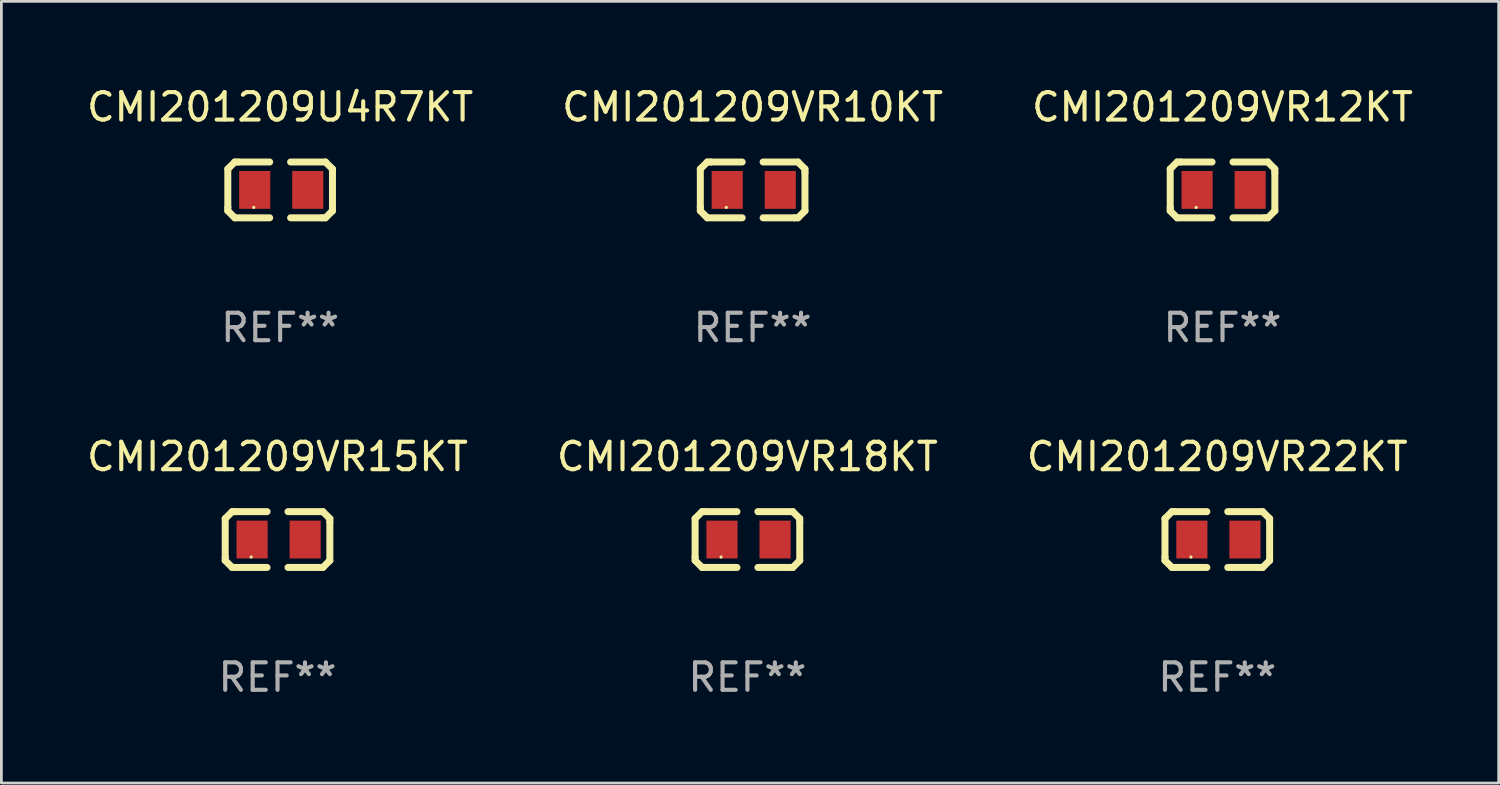
<source format=kicad_pcb>
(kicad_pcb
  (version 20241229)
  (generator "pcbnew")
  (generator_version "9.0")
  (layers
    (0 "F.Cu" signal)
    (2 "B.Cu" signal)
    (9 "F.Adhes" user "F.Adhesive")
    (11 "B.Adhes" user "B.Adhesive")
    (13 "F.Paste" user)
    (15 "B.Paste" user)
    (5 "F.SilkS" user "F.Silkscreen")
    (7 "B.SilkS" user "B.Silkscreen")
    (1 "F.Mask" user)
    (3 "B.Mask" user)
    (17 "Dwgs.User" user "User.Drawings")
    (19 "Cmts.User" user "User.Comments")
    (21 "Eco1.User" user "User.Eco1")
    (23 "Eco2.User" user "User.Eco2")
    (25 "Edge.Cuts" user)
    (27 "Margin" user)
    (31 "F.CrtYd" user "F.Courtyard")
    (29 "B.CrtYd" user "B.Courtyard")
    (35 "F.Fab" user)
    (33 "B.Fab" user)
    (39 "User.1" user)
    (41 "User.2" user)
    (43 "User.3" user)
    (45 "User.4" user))
  (footprint "CMI201209VR18KT"
    (layer "F.Cu")
    (at 24.161 16.593)
    (property "Reference" "CMI201209VR18KT" (at 0 -3.016 0) (layer "F.SilkS") (effects (font (size 1 1) (thickness 0.15))))
    (attr through_hole)
    (fp_line (start -1.905 -0.762) (end -1.905 0.635) (stroke (width 0.254) (type solid)) (layer "F.SilkS"))
    (fp_line (start -1.905 0.635) (end -1.905 0.762) (stroke (width 0.254) (type solid)) (layer "F.SilkS"))
    (fp_line (start -1.905 0.762) (end -1.651 1.016) (stroke (width 0.254) (type solid)) (layer "F.SilkS"))
    (fp_line (start -1.651 -1.016) (end -1.905 -0.762) (stroke (width 0.254) (type solid)) (layer "F.SilkS"))
    (fp_line (start -1.651 1.016) (end -0.381 1.016) (stroke (width 0.254) (type solid)) (layer "F.SilkS"))
    (fp_line (start -1.524 -1.016) (end -1.651 -1.016) (stroke (width 0.254) (type solid)) (layer "F.SilkS"))
    (fp_line (start -0.381 -1.016) (end -1.524 -1.016) (stroke (width 0.254) (type solid)) (layer "F.SilkS"))
    (fp_line (start 0.381 1.016) (end 1.524 1.016) (stroke (width 0.254) (type solid)) (layer "F.SilkS"))
    (fp_line (start 1.524 1.016) (end 1.651 1.016) (stroke (width 0.254) (type solid)) (layer "F.SilkS"))
    (fp_line (start 1.651 -1.016) (end 0.381 -1.016) (stroke (width 0.254) (type solid)) (layer "F.SilkS"))
    (fp_line (start 1.651 1.016) (end 1.905 0.762) (stroke (width 0.254) (type solid)) (layer "F.SilkS"))
    (fp_line (start 1.905 -0.762) (end 1.651 -1.016) (stroke (width 0.254) (type solid)) (layer "F.SilkS"))
    (fp_line (start 1.905 -0.635) (end 1.905 -0.762) (stroke (width 0.254) (type solid)) (layer "F.SilkS"))
    (fp_line (start 1.905 0.762) (end 1.905 -0.635) (stroke (width 0.254) (type solid)) (layer "F.SilkS"))
    (fp_circle (center -0.96 0.637) (end -0.93 0.637) (stroke (width 0.06) (type solid)) (fill no) (layer "F.SilkS"))
    (fp_text user "REF**" (at 0 5.016 0) (layer "F.Fab") (effects (font (size 1 1) (thickness 0.15))))
    (pad "1" smd rect (at -0.926 -0.000051) (size 1.133 1.377) (layers "F.Cu" "F.Mask" "F.Paste"))
    (pad "2" smd rect (at 1.006 -0.000051) (size 1.133 1.377) (layers "F.Cu" "F.Mask" "F.Paste")))
  (footprint "CMI201209VR15KT"
    (layer "F.Cu")
    (at 7.054 16.593)
    (property "Reference" "CMI201209VR15KT" (at 0 -3.016 0) (layer "F.SilkS") (effects (font (size 1 1) (thickness 0.15))))
    (attr through_hole)
    (fp_line (start -1.905 -0.762) (end -1.905 0.635) (stroke (width 0.254) (type solid)) (layer "F.SilkS"))
    (fp_line (start -1.905 0.635) (end -1.905 0.762) (stroke (width 0.254) (type solid)) (layer "F.SilkS"))
    (fp_line (start -1.905 0.762) (end -1.651 1.016) (stroke (width 0.254) (type solid)) (layer "F.SilkS"))
    (fp_line (start -1.651 -1.016) (end -1.905 -0.762) (stroke (width 0.254) (type solid)) (layer "F.SilkS"))
    (fp_line (start -1.651 1.016) (end -0.381 1.016) (stroke (width 0.254) (type solid)) (layer "F.SilkS"))
    (fp_line (start -1.524 -1.016) (end -1.651 -1.016) (stroke (width 0.254) (type solid)) (layer "F.SilkS"))
    (fp_line (start -0.381 -1.016) (end -1.524 -1.016) (stroke (width 0.254) (type solid)) (layer "F.SilkS"))
    (fp_line (start 0.381 1.016) (end 1.524 1.016) (stroke (width 0.254) (type solid)) (layer "F.SilkS"))
    (fp_line (start 1.524 1.016) (end 1.651 1.016) (stroke (width 0.254) (type solid)) (layer "F.SilkS"))
    (fp_line (start 1.651 -1.016) (end 0.381 -1.016) (stroke (width 0.254) (type solid)) (layer "F.SilkS"))
    (fp_line (start 1.651 1.016) (end 1.905 0.762) (stroke (width 0.254) (type solid)) (layer "F.SilkS"))
    (fp_line (start 1.905 -0.762) (end 1.651 -1.016) (stroke (width 0.254) (type solid)) (layer "F.SilkS"))
    (fp_line (start 1.905 -0.635) (end 1.905 -0.762) (stroke (width 0.254) (type solid)) (layer "F.SilkS"))
    (fp_line (start 1.905 0.762) (end 1.905 -0.635) (stroke (width 0.254) (type solid)) (layer "F.SilkS"))
    (fp_circle (center -0.96 0.637) (end -0.93 0.637) (stroke (width 0.06) (type solid)) (fill no) (layer "F.SilkS"))
    (fp_text user "REF**" (at 0 5.016 0) (layer "F.Fab") (effects (font (size 1 1) (thickness 0.15))))
    (pad "1" smd rect (at -0.926 -0.000051) (size 1.133 1.377) (layers "F.Cu" "F.Mask" "F.Paste"))
    (pad "2" smd rect (at 1.006 -0.000051) (size 1.133 1.377) (layers "F.Cu" "F.Mask" "F.Paste")))
  (footprint "CMI201209VR22KT"
    (layer "F.Cu")
    (at 41.268 16.593)
    (property "Reference" "CMI201209VR22KT" (at 0 -3.016 0) (layer "F.SilkS") (effects (font (size 1 1) (thickness 0.15))))
    (attr through_hole)
    (fp_line (start -1.905 -0.762) (end -1.905 0.635) (stroke (width 0.254) (type solid)) (layer "F.SilkS"))
    (fp_line (start -1.905 0.635) (end -1.905 0.762) (stroke (width 0.254) (type solid)) (layer "F.SilkS"))
    (fp_line (start -1.905 0.762) (end -1.651 1.016) (stroke (width 0.254) (type solid)) (layer "F.SilkS"))
    (fp_line (start -1.651 -1.016) (end -1.905 -0.762) (stroke (width 0.254) (type solid)) (layer "F.SilkS"))
    (fp_line (start -1.651 1.016) (end -0.381 1.016) (stroke (width 0.254) (type solid)) (layer "F.SilkS"))
    (fp_line (start -1.524 -1.016) (end -1.651 -1.016) (stroke (width 0.254) (type solid)) (layer "F.SilkS"))
    (fp_line (start -0.381 -1.016) (end -1.524 -1.016) (stroke (width 0.254) (type solid)) (layer "F.SilkS"))
    (fp_line (start 0.381 1.016) (end 1.524 1.016) (stroke (width 0.254) (type solid)) (layer "F.SilkS"))
    (fp_line (start 1.524 1.016) (end 1.651 1.016) (stroke (width 0.254) (type solid)) (layer "F.SilkS"))
    (fp_line (start 1.651 -1.016) (end 0.381 -1.016) (stroke (width 0.254) (type solid)) (layer "F.SilkS"))
    (fp_line (start 1.651 1.016) (end 1.905 0.762) (stroke (width 0.254) (type solid)) (layer "F.SilkS"))
    (fp_line (start 1.905 -0.762) (end 1.651 -1.016) (stroke (width 0.254) (type solid)) (layer "F.SilkS"))
    (fp_line (start 1.905 -0.635) (end 1.905 -0.762) (stroke (width 0.254) (type solid)) (layer "F.SilkS"))
    (fp_line (start 1.905 0.762) (end 1.905 -0.635) (stroke (width 0.254) (type solid)) (layer "F.SilkS"))
    (fp_circle (center -0.96 0.637) (end -0.93 0.637) (stroke (width 0.06) (type solid)) (fill no) (layer "F.SilkS"))
    (fp_text user "REF**" (at 0 5.016 0) (layer "F.Fab") (effects (font (size 1 1) (thickness 0.15))))
    (pad "1" smd rect (at -0.926 -0.000051) (size 1.133 1.377) (layers "F.Cu" "F.Mask" "F.Paste"))
    (pad "2" smd rect (at 1.006 -0.000051) (size 1.133 1.377) (layers "F.Cu" "F.Mask" "F.Paste")))
  (footprint "CMI201209VR10KT"
    (layer "F.Cu")
    (at 24.351 3.864)
    (property "Reference" "CMI201209VR10KT" (at 0 -3.016 0) (layer "F.SilkS") (effects (font (size 1 1) (thickness 0.15))))
    (attr through_hole)
    (fp_line (start -1.905 -0.762) (end -1.905 0.635) (stroke (width 0.254) (type solid)) (layer "F.SilkS"))
    (fp_line (start -1.905 0.635) (end -1.905 0.762) (stroke (width 0.254) (type solid)) (layer "F.SilkS"))
    (fp_line (start -1.905 0.762) (end -1.651 1.016) (stroke (width 0.254) (type solid)) (layer "F.SilkS"))
    (fp_line (start -1.651 -1.016) (end -1.905 -0.762) (stroke (width 0.254) (type solid)) (layer "F.SilkS"))
    (fp_line (start -1.651 1.016) (end -0.381 1.016) (stroke (width 0.254) (type solid)) (layer "F.SilkS"))
    (fp_line (start -1.524 -1.016) (end -1.651 -1.016) (stroke (width 0.254) (type solid)) (layer "F.SilkS"))
    (fp_line (start -0.381 -1.016) (end -1.524 -1.016) (stroke (width 0.254) (type solid)) (layer "F.SilkS"))
    (fp_line (start 0.381 1.016) (end 1.524 1.016) (stroke (width 0.254) (type solid)) (layer "F.SilkS"))
    (fp_line (start 1.524 1.016) (end 1.651 1.016) (stroke (width 0.254) (type solid)) (layer "F.SilkS"))
    (fp_line (start 1.651 -1.016) (end 0.381 -1.016) (stroke (width 0.254) (type solid)) (layer "F.SilkS"))
    (fp_line (start 1.651 1.016) (end 1.905 0.762) (stroke (width 0.254) (type solid)) (layer "F.SilkS"))
    (fp_line (start 1.905 -0.762) (end 1.651 -1.016) (stroke (width 0.254) (type solid)) (layer "F.SilkS"))
    (fp_line (start 1.905 -0.635) (end 1.905 -0.762) (stroke (width 0.254) (type solid)) (layer "F.SilkS"))
    (fp_line (start 1.905 0.762) (end 1.905 -0.635) (stroke (width 0.254) (type solid)) (layer "F.SilkS"))
    (fp_circle (center -0.96 0.637) (end -0.93 0.637) (stroke (width 0.06) (type solid)) (fill no) (layer "F.SilkS"))
    (fp_text user "REF**" (at 0 5.016 0) (layer "F.Fab") (effects (font (size 1 1) (thickness 0.15))))
    (pad "1" smd rect (at -0.926 -0.000051) (size 1.133 1.377) (layers "F.Cu" "F.Mask" "F.Paste"))
    (pad "2" smd rect (at 1.006 -0.000051) (size 1.133 1.377) (layers "F.Cu" "F.Mask" "F.Paste")))
  (footprint "CMI201209U4R7KT"
    (layer "F.Cu")
    (at 7.149 3.864)
    (property "Reference" "CMI201209U4R7KT" (at 0 -3.016 0) (layer "F.SilkS") (effects (font (size 1 1) (thickness 0.15))))
    (attr through_hole)
    (fp_line (start -1.905 -0.762) (end -1.905 0.635) (stroke (width 0.254) (type solid)) (layer "F.SilkS"))
    (fp_line (start -1.905 0.635) (end -1.905 0.762) (stroke (width 0.254) (type solid)) (layer "F.SilkS"))
    (fp_line (start -1.905 0.762) (end -1.651 1.016) (stroke (width 0.254) (type solid)) (layer "F.SilkS"))
    (fp_line (start -1.651 -1.016) (end -1.905 -0.762) (stroke (width 0.254) (type solid)) (layer "F.SilkS"))
    (fp_line (start -1.651 1.016) (end -0.381 1.016) (stroke (width 0.254) (type solid)) (layer "F.SilkS"))
    (fp_line (start -1.524 -1.016) (end -1.651 -1.016) (stroke (width 0.254) (type solid)) (layer "F.SilkS"))
    (fp_line (start -0.381 -1.016) (end -1.524 -1.016) (stroke (width 0.254) (type solid)) (layer "F.SilkS"))
    (fp_line (start 0.381 1.016) (end 1.524 1.016) (stroke (width 0.254) (type solid)) (layer "F.SilkS"))
    (fp_line (start 1.524 1.016) (end 1.651 1.016) (stroke (width 0.254) (type solid)) (layer "F.SilkS"))
    (fp_line (start 1.651 -1.016) (end 0.381 -1.016) (stroke (width 0.254) (type solid)) (layer "F.SilkS"))
    (fp_line (start 1.651 1.016) (end 1.905 0.762) (stroke (width 0.254) (type solid)) (layer "F.SilkS"))
    (fp_line (start 1.905 -0.762) (end 1.651 -1.016) (stroke (width 0.254) (type solid)) (layer "F.SilkS"))
    (fp_line (start 1.905 -0.635) (end 1.905 -0.762) (stroke (width 0.254) (type solid)) (layer "F.SilkS"))
    (fp_line (start 1.905 0.762) (end 1.905 -0.635) (stroke (width 0.254) (type solid)) (layer "F.SilkS"))
    (fp_circle (center -0.96 0.637) (end -0.93 0.637) (stroke (width 0.06) (type solid)) (fill no) (layer "F.SilkS"))
    (fp_text user "REF**" (at 0 5.016 0) (layer "F.Fab") (effects (font (size 1 1) (thickness 0.15))))
    (pad "1" smd rect (at -0.926 -0.000051) (size 1.133 1.377) (layers "F.Cu" "F.Mask" "F.Paste"))
    (pad "2" smd rect (at 1.006 -0.000051) (size 1.133 1.377) (layers "F.Cu" "F.Mask" "F.Paste")))
  (footprint "CMI201209VR12KT"
    (layer "F.Cu")
    (at 41.458 3.864)
    (property "Reference" "CMI201209VR12KT" (at 0 -3.016 0) (layer "F.SilkS") (effects (font (size 1 1) (thickness 0.15))))
    (attr through_hole)
    (fp_line (start -1.905 -0.762) (end -1.905 0.635) (stroke (width 0.254) (type solid)) (layer "F.SilkS"))
    (fp_line (start -1.905 0.635) (end -1.905 0.762) (stroke (width 0.254) (type solid)) (layer "F.SilkS"))
    (fp_line (start -1.905 0.762) (end -1.651 1.016) (stroke (width 0.254) (type solid)) (layer "F.SilkS"))
    (fp_line (start -1.651 -1.016) (end -1.905 -0.762) (stroke (width 0.254) (type solid)) (layer "F.SilkS"))
    (fp_line (start -1.651 1.016) (end -0.381 1.016) (stroke (width 0.254) (type solid)) (layer "F.SilkS"))
    (fp_line (start -1.524 -1.016) (end -1.651 -1.016) (stroke (width 0.254) (type solid)) (layer "F.SilkS"))
    (fp_line (start -0.381 -1.016) (end -1.524 -1.016) (stroke (width 0.254) (type solid)) (layer "F.SilkS"))
    (fp_line (start 0.381 1.016) (end 1.524 1.016) (stroke (width 0.254) (type solid)) (layer "F.SilkS"))
    (fp_line (start 1.524 1.016) (end 1.651 1.016) (stroke (width 0.254) (type solid)) (layer "F.SilkS"))
    (fp_line (start 1.651 -1.016) (end 0.381 -1.016) (stroke (width 0.254) (type solid)) (layer "F.SilkS"))
    (fp_line (start 1.651 1.016) (end 1.905 0.762) (stroke (width 0.254) (type solid)) (layer "F.SilkS"))
    (fp_line (start 1.905 -0.762) (end 1.651 -1.016) (stroke (width 0.254) (type solid)) (layer "F.SilkS"))
    (fp_line (start 1.905 -0.635) (end 1.905 -0.762) (stroke (width 0.254) (type solid)) (layer "F.SilkS"))
    (fp_line (start 1.905 0.762) (end 1.905 -0.635) (stroke (width 0.254) (type solid)) (layer "F.SilkS"))
    (fp_circle (center -0.96 0.637) (end -0.93 0.637) (stroke (width 0.06) (type solid)) (fill no) (layer "F.SilkS"))
    (fp_text user "REF**" (at 0 5.016 0) (layer "F.Fab") (effects (font (size 1 1) (thickness 0.15))))
    (pad "1" smd rect (at -0.926 -0.000051) (size 1.133 1.377) (layers "F.Cu" "F.Mask" "F.Paste"))
    (pad "2" smd rect (at 1.006 -0.000051) (size 1.133 1.377) (layers "F.Cu" "F.Mask" "F.Paste")))
  (gr_rect
    (start -3 -3)
    (end 51.512 25.457)
    (stroke (width 0.1) (type default))
    (fill no)
    (layer "Edge.Cuts")))
</source>
